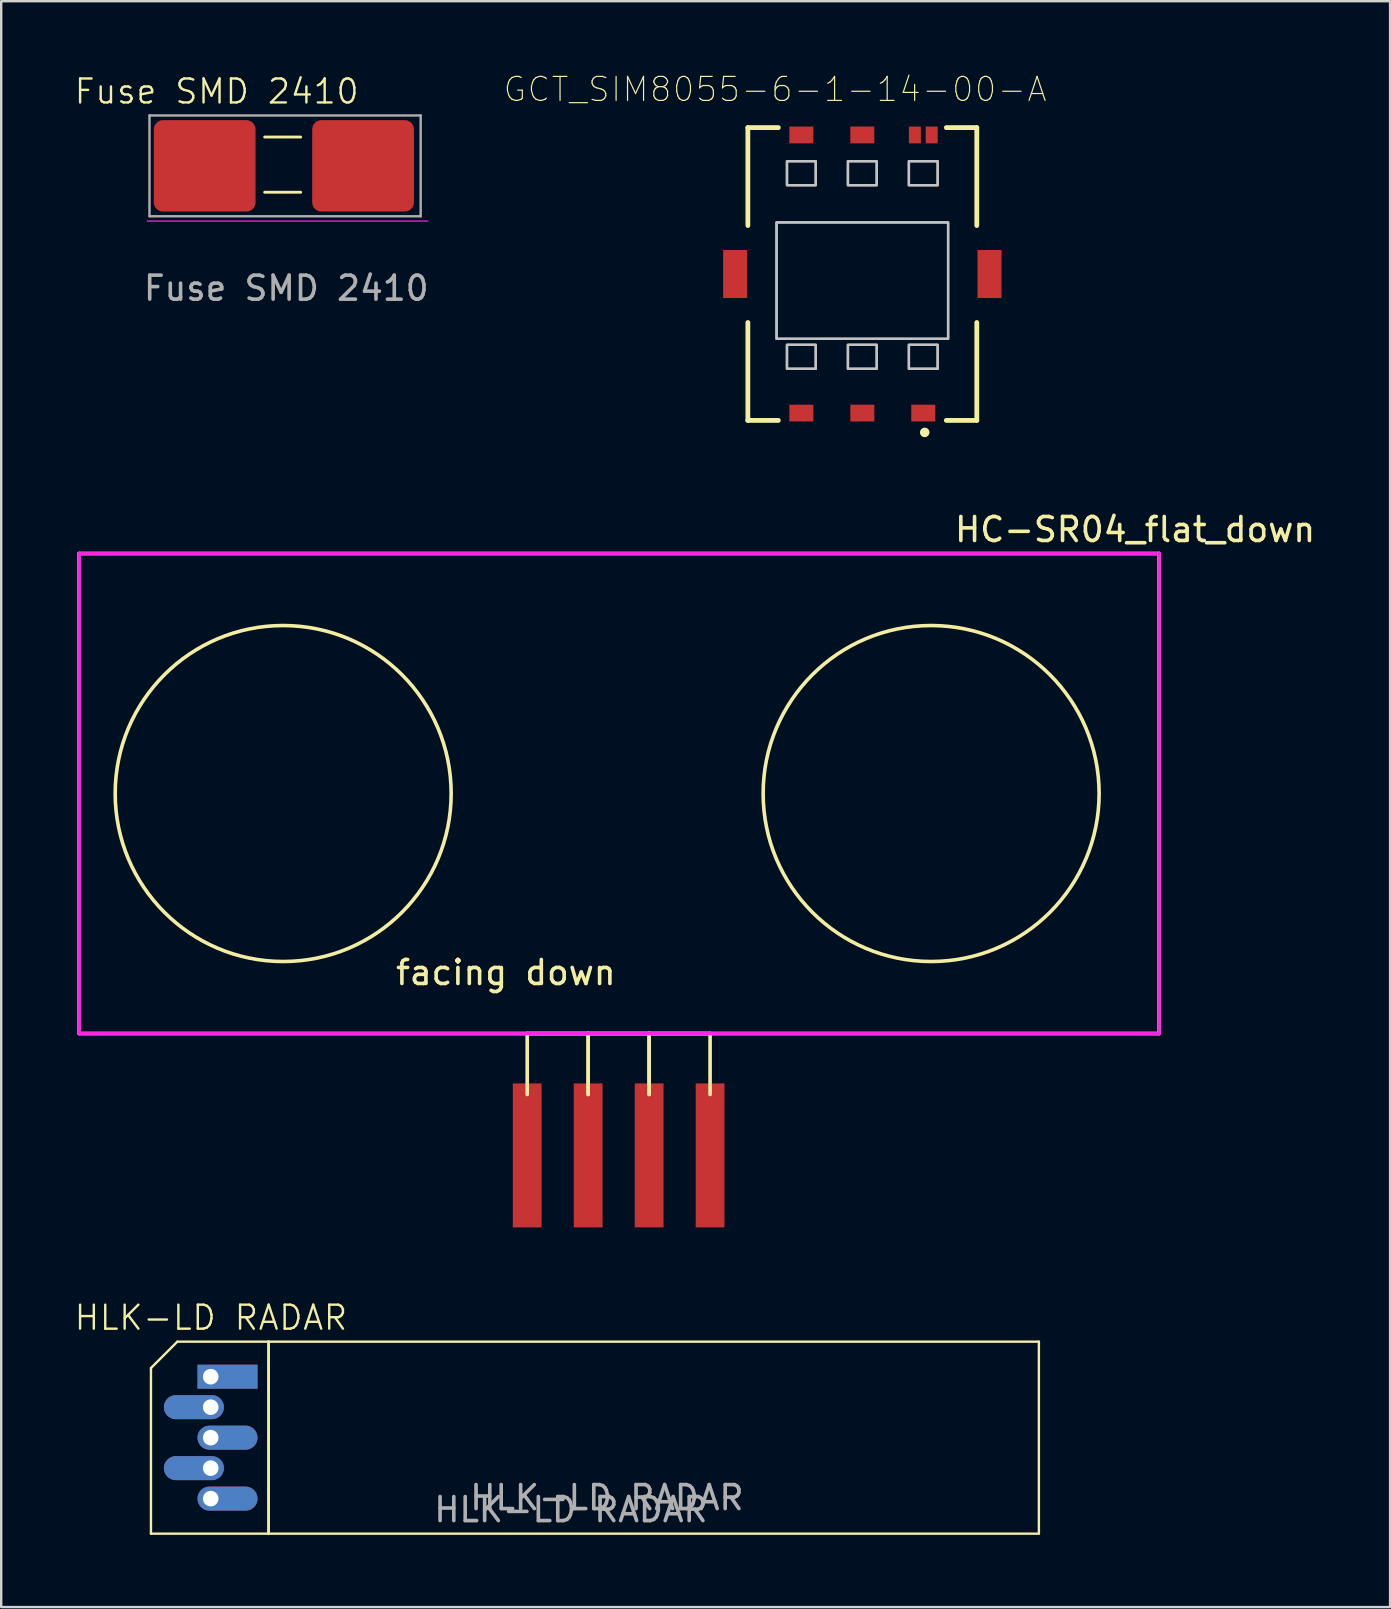
<source format=kicad_pcb>
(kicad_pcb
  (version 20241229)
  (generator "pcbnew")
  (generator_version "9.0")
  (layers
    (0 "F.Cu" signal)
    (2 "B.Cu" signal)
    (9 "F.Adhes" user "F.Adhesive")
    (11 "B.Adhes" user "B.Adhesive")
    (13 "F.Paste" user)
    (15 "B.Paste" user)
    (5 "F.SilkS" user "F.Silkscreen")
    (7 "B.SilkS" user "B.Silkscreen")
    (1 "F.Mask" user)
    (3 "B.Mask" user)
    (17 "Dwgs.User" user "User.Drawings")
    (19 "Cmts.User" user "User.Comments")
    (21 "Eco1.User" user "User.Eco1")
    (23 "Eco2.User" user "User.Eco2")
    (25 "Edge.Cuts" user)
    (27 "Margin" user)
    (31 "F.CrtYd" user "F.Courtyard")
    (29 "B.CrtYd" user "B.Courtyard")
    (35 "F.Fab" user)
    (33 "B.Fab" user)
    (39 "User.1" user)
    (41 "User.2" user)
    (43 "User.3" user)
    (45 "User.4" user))
  (footprint "HC-SR04_flat_down"
    (layer "F.Cu")
    (at 0.25 40.016)
    (property "Reference" "HC-SR04_flat_down" (at 44 -21 0) (layer "F.SilkS") (effects (font (size 1 1) (thickness 0.15))))
    (attr smd)
    (fp_line (start 0 -20) (end 0 0) (stroke (width 0.15) (type solid)) (layer "F.SilkS"))
    (fp_line (start 0 0) (end 45 0) (stroke (width 0.15) (type solid)) (layer "F.SilkS"))
    (fp_line (start 18.669 0) (end 21.209 0) (stroke (width 0.15) (type solid)) (layer "F.SilkS"))
    (fp_line (start 18.669 2.54) (end 18.669 0) (stroke (width 0.15) (type solid)) (layer "F.SilkS"))
    (fp_line (start 21.209 0) (end 21.209 2.54) (stroke (width 0.15) (type solid)) (layer "F.SilkS"))
    (fp_line (start 21.209 0) (end 23.749 0) (stroke (width 0.15) (type solid)) (layer "F.SilkS"))
    (fp_line (start 21.209 2.54) (end 21.209 0) (stroke (width 0.15) (type solid)) (layer "F.SilkS"))
    (fp_line (start 23.749 0) (end 23.749 2.54) (stroke (width 0.15) (type solid)) (layer "F.SilkS"))
    (fp_line (start 23.749 0) (end 26.289 0) (stroke (width 0.15) (type solid)) (layer "F.SilkS"))
    (fp_line (start 23.749 2.54) (end 23.749 0) (stroke (width 0.15) (type solid)) (layer "F.SilkS"))
    (fp_line (start 26.289 0) (end 26.289 2.54) (stroke (width 0.15) (type solid)) (layer "F.SilkS"))
    (fp_line (start 45 -20) (end 0 -20) (stroke (width 0.15) (type solid)) (layer "F.SilkS"))
    (fp_line (start 45 0) (end 45 -20) (stroke (width 0.15) (type solid)) (layer "F.SilkS"))
    (fp_circle (center 8.5 -10) (end 15.5 -10) (stroke (width 0.15) (type solid)) (fill no) (layer "F.SilkS"))
    (fp_circle (center 35.5 -10) (end 42.5 -10) (stroke (width 0.15) (type solid)) (fill no) (layer "F.SilkS"))
    (fp_line (start 0 -20) (end 45 -20) (stroke (width 0.15) (type solid)) (layer "F.CrtYd"))
    (fp_line (start 0 0) (end 0 -20) (stroke (width 0.15) (type solid)) (layer "F.CrtYd"))
    (fp_line (start 45 -20) (end 45 0) (stroke (width 0.15) (type solid)) (layer "F.CrtYd"))
    (fp_line (start 45 0) (end 0 0) (stroke (width 0.15) (type solid)) (layer "F.CrtYd"))
    (fp_text user "facing down" (at 17.78 -2.54 0) (layer "F.SilkS") (effects (font (size 1 1) (thickness 0.15))))
    (pad "1" smd rect (at 18.669 5.08) (size 1.2 6) (layers "F.Cu" "F.Mask"))
    (pad "2" smd rect (at 21.209 5.08) (size 1.2 6) (layers "F.Cu" "F.Mask"))
    (pad "3" smd rect (at 23.749 5.08) (size 1.2 6) (layers "F.Cu" "F.Mask"))
    (pad "4" smd rect (at 26.289 5.08) (size 1.2 6) (layers "F.Cu" "F.Mask")))
  (footprint "Fuse SMD 2410"
    (layer "F.Cu")
    (at 8.779 3.961)
    (property "Reference" "Fuse SMD 2410" (at -2.8 -3.2 0) (unlocked yes) (layer "F.SilkS") (effects (font (size 1 1) (thickness 0.1))))
    (attr smd)
    (fp_line (start -0.8 -1.3) (end 0.7 -1.3) (stroke (width 0.12) (type solid)) (layer "F.SilkS"))
    (fp_line (start -0.8 1) (end 0.7 1) (stroke (width 0.12) (type solid)) (layer "F.SilkS"))
    (fp_line (start 6 2.2) (end -5.7 2.2) (stroke (width 0.05) (type solid)) (layer "F.CrtYd"))
    (fp_line (start -5.6 -2.2) (end 5.7 -2.2) (stroke (width 0.1) (type solid)) (layer "F.Fab"))
    (fp_line (start -5.6 2) (end -5.6 -2.2) (stroke (width 0.1) (type solid)) (layer "F.Fab"))
    (fp_line (start 5.7 -2.2) (end 5.7 2) (stroke (width 0.1) (type solid)) (layer "F.Fab"))
    (fp_line (start 5.7 2) (end -5.6 2) (stroke (width 0.1) (type solid)) (layer "F.Fab"))
    (fp_text user "${REFERENCE}" (at 0.1 5 0) (unlocked yes) (layer "F.Fab") (effects (font (size 1 1) (thickness 0.15))))
    (pad "1" smd roundrect (at -3.3 -0.1) (size 4.24 3.81) (layers "F.Cu" "F.Mask" "F.Paste") (roundrect_rratio 0.1))
    (pad "2" smd roundrect (at 3.3 -0.1) (size 4.24 3.81) (layers "F.Cu" "F.Mask" "F.Paste") (roundrect_rratio 0.1)))
  (footprint "GCT_SIM8055-6-1-14-00-A"
    (layer "F.Cu")
    (at 32.883 8.368)
    (property "Reference" "GCT_SIM8055-6-1-14-00-A" (at -3.635 -7.695 0) (layer "F.SilkS") (effects (font (size 1.001 1.001) (thickness 0.05))))
    (attr smd)
    (fp_line (start -4.77 -6.1) (end -3.5 -6.1) (stroke (width 0.2) (type solid)) (layer "F.SilkS"))
    (fp_line (start -4.77 -2.02) (end -4.77 -6.1) (stroke (width 0.2) (type solid)) (layer "F.SilkS"))
    (fp_line (start -4.77 6.1) (end -4.77 2.02) (stroke (width 0.2) (type solid)) (layer "F.SilkS"))
    (fp_line (start -4.77 6.1) (end -3.5 6.1) (stroke (width 0.2) (type solid)) (layer "F.SilkS"))
    (fp_line (start 3.5 -6.1) (end 4.77 -6.1) (stroke (width 0.2) (type solid)) (layer "F.SilkS"))
    (fp_line (start 3.5 6.1) (end 4.77 6.1) (stroke (width 0.2) (type solid)) (layer "F.SilkS"))
    (fp_line (start 4.77 -2.02) (end 4.77 -6.1) (stroke (width 0.2) (type solid)) (layer "F.SilkS"))
    (fp_line (start 4.77 6.1) (end 4.77 2.02) (stroke (width 0.2) (type solid)) (layer "F.SilkS"))
    (fp_circle (center 2.6 6.6) (end 2.7 6.6) (stroke (width 0.2) (type solid)) (fill no) (layer "F.SilkS"))
    (fp_poly (pts (xy -3.575 -2.15) (xy 3.575 -2.15) (xy 3.575 2.7) (xy -3.575 2.7)) (stroke (width 0.1) (type solid)) (fill no) (layer "Dwgs.User"))
    (fp_poly (pts (xy -3.575 -2.15) (xy 3.575 -2.15) (xy 3.575 2.7) (xy -3.575 2.7)) (stroke (width 0.1) (type solid)) (fill no) (layer "Dwgs.User"))
    (fp_poly (pts (xy -3.14 -4.7) (xy -1.94 -4.7) (xy -1.94 -3.7) (xy -3.14 -3.7)) (stroke (width 0.1) (type solid)) (fill no) (layer "Dwgs.User"))
    (fp_poly (pts (xy -3.14 -4.7) (xy -1.94 -4.7) (xy -1.94 -3.7) (xy -3.14 -3.7)) (stroke (width 0.1) (type solid)) (fill no) (layer "Dwgs.User"))
    (fp_poly (pts (xy -3.14 2.95) (xy -1.94 2.95) (xy -1.94 3.95) (xy -3.14 3.95)) (stroke (width 0.1) (type solid)) (fill no) (layer "Dwgs.User"))
    (fp_poly (pts (xy -3.14 2.95) (xy -1.94 2.95) (xy -1.94 3.95) (xy -3.14 3.95)) (stroke (width 0.1) (type solid)) (fill no) (layer "Dwgs.User"))
    (fp_poly (pts (xy -0.6 -4.7) (xy 0.6 -4.7) (xy 0.6 -3.7) (xy -0.6 -3.7)) (stroke (width 0.1) (type solid)) (fill no) (layer "Dwgs.User"))
    (fp_poly (pts (xy -0.6 -4.7) (xy 0.6 -4.7) (xy 0.6 -3.7) (xy -0.6 -3.7)) (stroke (width 0.1) (type solid)) (fill no) (layer "Dwgs.User"))
    (fp_poly (pts (xy -0.6 2.95) (xy 0.6 2.95) (xy 0.6 3.95) (xy -0.6 3.95)) (stroke (width 0.1) (type solid)) (fill no) (layer "Dwgs.User"))
    (fp_poly (pts (xy -0.6 2.95) (xy 0.6 2.95) (xy 0.6 3.95) (xy -0.6 3.95)) (stroke (width 0.1) (type solid)) (fill no) (layer "Dwgs.User"))
    (fp_poly (pts (xy 1.94 -4.7) (xy 3.14 -4.7) (xy 3.14 -3.7) (xy 1.94 -3.7)) (stroke (width 0.1) (type solid)) (fill no) (layer "Dwgs.User"))
    (fp_poly (pts (xy 1.94 -4.7) (xy 3.14 -4.7) (xy 3.14 -3.7) (xy 1.94 -3.7)) (stroke (width 0.1) (type solid)) (fill no) (layer "Dwgs.User"))
    (fp_poly (pts (xy 1.94 2.95) (xy 3.14 2.95) (xy 3.14 3.95) (xy 1.94 3.95)) (stroke (width 0.1) (type solid)) (fill no) (layer "Dwgs.User"))
    (fp_poly (pts (xy 1.94 2.95) (xy 3.14 2.95) (xy 3.14 3.95) (xy 1.94 3.95)) (stroke (width 0.1) (type solid)) (fill no) (layer "Dwgs.User"))
    (fp_line (start -6.05 -6.395) (end 6.05 -6.395) (stroke (width 0.05) (type solid)) (layer "Eco1.User"))
    (fp_line (start -6.05 6.395) (end -6.05 -6.395) (stroke (width 0.05) (type solid)) (layer "Eco1.User"))
    (fp_line (start -6.05 6.395) (end 6.05 6.395) (stroke (width 0.05) (type solid)) (layer "Eco1.User"))
    (fp_line (start 6.05 6.395) (end 6.05 -6.395) (stroke (width 0.05) (type solid)) (layer "Eco1.User"))
    (fp_line (start -4.77 -6.1) (end 4.77 -6.1) (stroke (width 0.1) (type solid)) (layer "Eco2.User"))
    (fp_line (start -4.77 6.1) (end -4.77 -6.1) (stroke (width 0.1) (type solid)) (layer "Eco2.User"))
    (fp_line (start -4.77 6.1) (end 4.77 6.1) (stroke (width 0.1) (type solid)) (layer "Eco2.User"))
    (fp_line (start 4.77 6.1) (end 4.77 -6.1) (stroke (width 0.1) (type solid)) (layer "Eco2.User"))
    (fp_circle (center 2.6 6.6) (end 2.7 6.6) (stroke (width 0.2) (type solid)) (fill no) (layer "Eco2.User"))
    (pad "C1" smd rect (at 2.54 5.795) (size 1 0.7) (layers "F.Cu" "F.Mask" "F.Paste"))
    (pad "C2" smd rect (at 0 5.795) (size 1 0.7) (layers "F.Cu" "F.Mask" "F.Paste"))
    (pad "C3" smd rect (at -2.54 5.795) (size 1 0.7) (layers "F.Cu" "F.Mask" "F.Paste"))
    (pad "C4" smd rect (at 5.3 0) (size 1 2) (layers "F.Cu" "F.Mask" "F.Paste"))
    (pad "C5" smd rect (at 2.19 -5.795) (size 0.5 0.7) (layers "F.Cu" "F.Mask" "F.Paste"))
    (pad "C6" smd rect (at 0 -5.795) (size 1 0.7) (layers "F.Cu" "F.Mask" "F.Paste"))
    (pad "C7" smd rect (at -2.54 -5.795) (size 1 0.7) (layers "F.Cu" "F.Mask" "F.Paste"))
    (pad "C8" smd rect (at -5.3 0) (size 1 2) (layers "F.Cu" "F.Mask" "F.Paste"))
    (pad "CD" smd rect (at 2.89 -5.795) (size 0.5 0.7) (layers "F.Cu" "F.Mask" "F.Paste")))
  (footprint "HLK-LD RADAR"
    (layer "F.Cu")
    (at 20.74 57.357)
    (property "Reference" "HLK-LD RADAR" (at -15 -5.5 0) (unlocked yes) (layer "F.SilkS") (effects (font (size 1 1) (thickness 0.1))))
    (attr through_hole)
    (fp_line (start -17.5 3.5) (end -17.5 -3.4) (stroke (width 0.1) (type default)) (layer "F.SilkS"))
    (fp_line (start -16.4 -4.5) (end -17.5 -3.4) (stroke (width 0.1) (type default)) (layer "F.SilkS"))
    (fp_line (start -16.4 -4.5) (end 19.5 -4.5) (stroke (width 0.1) (type default)) (layer "F.SilkS"))
    (fp_line (start -12.6 -4.5) (end -12.6 3.5) (stroke (width 0.12) (type solid)) (layer "F.SilkS"))
    (fp_line (start 19.5 -4.5) (end 19.5 3.5) (stroke (width 0.1) (type default)) (layer "F.SilkS"))
    (fp_line (start 19.5 3.5) (end -17.5 3.5) (stroke (width 0.1) (type default)) (layer "F.SilkS"))
    (fp_text user "${REFERENCE}" (at 0 2.5 0) (unlocked yes) (layer "F.Fab") (effects (font (size 1 1) (thickness 0.15))))
    (fp_text user "${REFERENCE}" (at 1.5 2 0) (unlocked yes) (layer "F.Fab") (effects (font (size 1 1) (thickness 0.15))))
    (pad "1" thru_hole rect (at -15.01 -3.04) (size 2.5 1) (drill 0.65 (offset 0.7 0)) (layers "*.Cu" "*.Mask"))
    (pad "2" thru_hole oval (at -15.01 -1.77) (size 2.5 1) (drill 0.65 (offset -0.7 0)) (layers "*.Cu" "*.Mask"))
    (pad "3" thru_hole oval (at -15.01 -0.5 90) (size 1 2.5) (drill 0.65 (offset 0 0.7)) (layers "*.Cu" "*.Mask"))
    (pad "4" thru_hole oval (at -15.01 0.77) (size 2.5 1) (drill 0.65 (offset -0.7 0)) (layers "*.Cu" "*.Mask"))
    (pad "5" thru_hole oval (at -15.01 2.04) (size 2.5 1) (drill 0.65 (offset 0.7 0)) (layers "*.Cu" "*.Mask")))
  (gr_rect
    (start -3 -3)
    (end 54.875 63.917)
    (stroke (width 0.1) (type default))
    (fill no)
    (layer "Edge.Cuts")))
</source>
